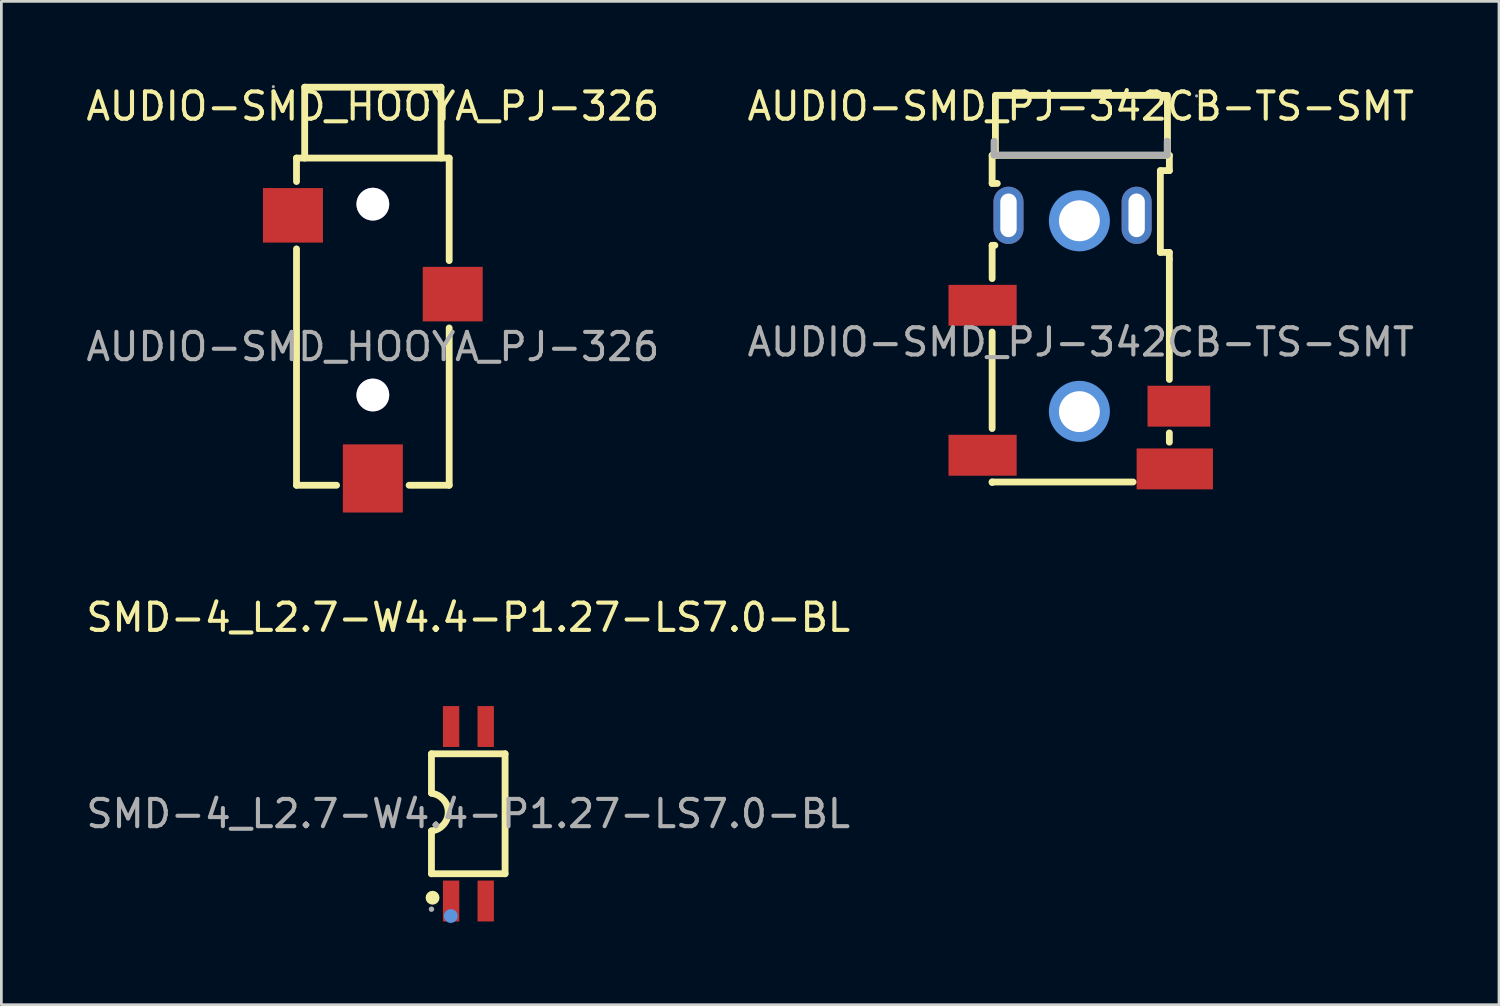
<source format=kicad_pcb>
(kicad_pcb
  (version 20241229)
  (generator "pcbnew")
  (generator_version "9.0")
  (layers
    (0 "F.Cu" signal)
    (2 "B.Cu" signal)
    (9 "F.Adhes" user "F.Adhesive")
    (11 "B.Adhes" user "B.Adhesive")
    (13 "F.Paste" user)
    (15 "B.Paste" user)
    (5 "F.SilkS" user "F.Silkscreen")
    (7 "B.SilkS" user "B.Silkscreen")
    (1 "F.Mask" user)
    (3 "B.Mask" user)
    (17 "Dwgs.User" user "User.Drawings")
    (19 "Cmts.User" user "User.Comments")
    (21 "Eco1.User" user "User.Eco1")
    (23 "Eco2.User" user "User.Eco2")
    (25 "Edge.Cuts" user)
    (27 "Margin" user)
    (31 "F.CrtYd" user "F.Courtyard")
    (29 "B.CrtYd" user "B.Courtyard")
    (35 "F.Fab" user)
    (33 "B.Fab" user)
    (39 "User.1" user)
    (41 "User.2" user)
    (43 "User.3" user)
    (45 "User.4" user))
  (footprint "AUDIO-SMD_PJ-342CB-TS-SMT"
    (layer "F.Cu")
    (at 36.589 9.498)
    (property "Reference" "AUDIO-SMD_PJ-342CB-TS-SMT" (at 0 -8.65 0) (layer "F.SilkS") (effects (font (size 1 1) (thickness 0.15))))
    (attr smd)
    (fp_line (start -3.25 -6.85) (end -3.25 -5.82) (stroke (width 0.25) (type solid)) (layer "F.SilkS"))
    (fp_line (start -3.25 -6.85) (end 3.25 -6.85) (stroke (width 0.25) (type solid)) (layer "F.SilkS"))
    (fp_line (start -3.25 -5.82) (end -3.06 -5.82) (stroke (width 0.25) (type solid)) (layer "F.SilkS"))
    (fp_line (start -3.25 -3.55) (end -3.25 -2.33) (stroke (width 0.25) (type solid)) (layer "F.SilkS"))
    (fp_line (start -3.25 -0.37) (end -3.25 3.17) (stroke (width 0.25) (type solid)) (layer "F.SilkS"))
    (fp_line (start -3.25 5.13) (end -3.25 5.15) (stroke (width 0.25) (type solid)) (layer "F.SilkS"))
    (fp_line (start -3.25 5.13) (end 1.92 5.13) (stroke (width 0.25) (type solid)) (layer "F.SilkS"))
    (fp_line (start -3.15 -3.55) (end -3.25 -3.55) (stroke (width 0.25) (type solid)) (layer "F.SilkS"))
    (fp_line (start -3.13 -6.85) (end -3.13 -9.05) (stroke (width 0.25) (type solid)) (layer "F.SilkS"))
    (fp_line (start -3.12 -9.05) (end 3.12 -9.05) (stroke (width 0.25) (type solid)) (layer "F.SilkS"))
    (fp_line (start 2.92 -6.29) (end 2.92 -3.29) (stroke (width 0.25) (type solid)) (layer "F.SilkS"))
    (fp_line (start 3.18 -6.85) (end 3.18 -9.05) (stroke (width 0.25) (type solid)) (layer "F.SilkS"))
    (fp_line (start 3.25 -6.85) (end 3.25 -6.29) (stroke (width 0.25) (type solid)) (layer "F.SilkS"))
    (fp_line (start 3.25 -6.29) (end 2.92 -6.29) (stroke (width 0.25) (type solid)) (layer "F.SilkS"))
    (fp_line (start 3.25 -3.29) (end 2.92 -3.29) (stroke (width 0.25) (type solid)) (layer "F.SilkS"))
    (fp_line (start 3.25 -3.04) (end 3.25 -3.29) (stroke (width 0.25) (type solid)) (layer "F.SilkS"))
    (fp_line (start 3.25 -3.04) (end 3.25 1.37) (stroke (width 0.25) (type solid)) (layer "F.SilkS"))
    (fp_line (start 3.25 3.33) (end 3.25 3.67) (stroke (width 0.25) (type solid)) (layer "F.SilkS"))
    (fp_circle (center -0.05 -4.45) (end 0.32 -4.45) (stroke (width 0.75) (type solid)) (fill no) (layer "Cmts.User"))
    (fp_circle (center -0.05 2.54) (end 0.32 2.54) (stroke (width 0.75) (type solid)) (fill no) (layer "Cmts.User"))
    (fp_line (start -3.18 -6.86) (end -3.18 -7.37) (stroke (width 0.25) (type solid)) (layer "F.Fab"))
    (fp_line (start -3.18 -6.86) (end 3.17 -6.86) (stroke (width 0.25) (type solid)) (layer "F.Fab"))
    (fp_line (start 3.17 -6.86) (end 3.17 -7.37) (stroke (width 0.25) (type solid)) (layer "F.Fab"))
    (fp_circle (center 4.25 -9.03) (end 4.28 -9.03) (stroke (width 0.06) (type solid)) (fill no) (layer "F.Fab"))
    (fp_text user "${REFERENCE}" (at 0 0 0) (layer "F.Fab") (effects (font (size 1 1) (thickness 0.15))))
    (pad "" thru_hole circle (at -0.05 -4.45) (size 1.5 1.5) (drill 1.5) (layers "*.Cu" "*.Mask"))
    (pad "" thru_hole circle (at -0.05 2.55) (size 1.5 1.5) (drill 1.5) (layers "*.Cu" "*.Mask"))
    (pad "2" thru_hole oval (at 2.05 -4.65 90) (size 2.1 1.1) (drill oval 1.6 0.6) (layers "*.Cu" "*.Paste" "*.Mask"))
    (pad "3" smd rect (at 3.6 2.35 90) (size 1.5 2.3) (layers "F.Cu" "F.Mask" "F.Paste"))
    (pad "4" smd rect (at 3.45 4.65 90) (size 1.5 2.8) (layers "F.Cu" "F.Mask" "F.Paste"))
    (pad "5" thru_hole oval (at -2.65 -4.65 90) (size 2.1 1.1) (drill oval 1.6 0.6) (layers "*.Cu" "*.Paste" "*.Mask"))
    (pad "6" smd rect (at -3.6 -1.35 90) (size 1.5 2.5) (layers "F.Cu" "F.Mask" "F.Paste"))
    (pad "7" smd rect (at -3.6 4.15 90) (size 1.5 2.5) (layers "F.Cu" "F.Mask" "F.Paste")))
  (footprint "SMD-4_L2.7-W4.4-P1.27-LS7.0-BL"
    (layer "F.Cu")
    (at 14.125 26.797)
    (property "Reference" "SMD-4_L2.7-W4.4-P1.27-LS7.0-BL" (at 0 -7.2 0) (layer "F.SilkS") (effects (font (size 1 1) (thickness 0.15))))
    (attr smd)
    (fp_line (start -1.35 -2.2) (end -1.35 -0.76) (stroke (width 0.25) (type solid)) (layer "F.SilkS"))
    (fp_line (start -1.35 -2.2) (end 1.35 -2.2) (stroke (width 0.25) (type solid)) (layer "F.SilkS"))
    (fp_line (start -1.35 2.2) (end -1.35 0.63) (stroke (width 0.25) (type solid)) (layer "F.SilkS"))
    (fp_line (start 1.35 -2.2) (end 1.35 2.2) (stroke (width 0.25) (type solid)) (layer "F.SilkS"))
    (fp_line (start 1.35 2.2) (end -1.35 2.2) (stroke (width 0.25) (type solid)) (layer "F.SilkS"))
    (fp_arc (start -1.344306 -0.749316) (mid -0.735384 -0.057133) (end -1.35 0.63) (stroke (width 0.25) (type solid)) (layer "F.SilkS"))
    (fp_circle (center -1.31 3.08) (end -1.18 3.08) (stroke (width 0.25) (type solid)) (fill no) (layer "F.SilkS"))
    (fp_circle (center -0.64 3.75) (end -0.51 3.75) (stroke (width 0.25) (type solid)) (fill no) (layer "Cmts.User"))
    (fp_circle (center -1.35 3.5) (end -1.3 3.5) (stroke (width 0.1) (type solid)) (fill no) (layer "F.Fab"))
    (fp_text user "${REFERENCE}" (at 0 0 0) (layer "F.Fab") (effects (font (size 1 1) (thickness 0.15))))
    (pad "1" smd rect (at -0.63 3.2 180) (size 0.6 1.5) (layers "F.Cu" "F.Mask" "F.Paste"))
    (pad "2" smd rect (at 0.64 3.2 180) (size 0.6 1.5) (layers "F.Cu" "F.Mask" "F.Paste"))
    (pad "3" smd rect (at 0.64 -3.2 180) (size 0.6 1.5) (layers "F.Cu" "F.Mask" "F.Paste"))
    (pad "4" smd rect (at -0.63 -3.2 180) (size 0.6 1.5) (layers "F.Cu" "F.Mask" "F.Paste")))
  (footprint "AUDIO-SMD_HOOYA_PJ-326"
    (layer "F.Cu")
    (at 10.625 9.668)
    (property "Reference" "AUDIO-SMD_HOOYA_PJ-326" (at 0 -8.82 0) (layer "F.SilkS") (effects (font (size 1 1) (thickness 0.15))))
    (attr smd)
    (fp_line (start -2.8 -6.92) (end -2.8 -6.06) (stroke (width 0.25) (type solid)) (layer "F.SilkS"))
    (fp_line (start -2.8 -6.92) (end 2.8 -6.92) (stroke (width 0.25) (type solid)) (layer "F.SilkS"))
    (fp_line (start -2.8 -3.59) (end -2.8 5.08) (stroke (width 0.25) (type solid)) (layer "F.SilkS"))
    (fp_line (start -2.8 5.08) (end -1.33 5.08) (stroke (width 0.25) (type solid)) (layer "F.SilkS"))
    (fp_line (start -2.5 -9.52) (end 2.5 -9.52) (stroke (width 0.25) (type solid)) (layer "F.SilkS"))
    (fp_line (start -2.5 -6.92) (end -2.5 -9.52) (stroke (width 0.25) (type solid)) (layer "F.SilkS"))
    (fp_line (start 1.33 5.08) (end 2.8 5.08) (stroke (width 0.25) (type solid)) (layer "F.SilkS"))
    (fp_line (start 2.5 -6.92) (end 2.5 -9.52) (stroke (width 0.25) (type solid)) (layer "F.SilkS"))
    (fp_line (start 2.8 -6.92) (end 2.8 -3.16) (stroke (width 0.25) (type solid)) (layer "F.SilkS"))
    (fp_line (start 2.8 -0.69) (end 2.8 5.08) (stroke (width 0.25) (type solid)) (layer "F.SilkS"))
    (fp_circle (center 0 -5.23) (end 0.21 -5.23) (stroke (width 0.42) (type solid)) (fill no) (layer "Cmts.User"))
    (fp_circle (center 0 1.77) (end 0.21 1.77) (stroke (width 0.42) (type solid)) (fill no) (layer "Cmts.User"))
    (fp_circle (center -3.65 -9.54) (end -3.62 -9.54) (stroke (width 0.06) (type solid)) (fill no) (layer "F.Fab"))
    (fp_text user "${REFERENCE}" (at 0 0 0) (layer "F.Fab") (effects (font (size 1 1) (thickness 0.15))))
    (pad "" thru_hole circle (at 0 -5.23) (size 1.2 1.2) (drill 1.2) (layers "*.Cu" "*.Mask"))
    (pad "" thru_hole circle (at 0 1.77) (size 1.2 1.2) (drill 1.2) (layers "*.Cu" "*.Mask"))
    (pad "2" smd rect (at -2.93 -4.82 90) (size 2 2.2) (layers "F.Cu" "F.Mask" "F.Paste"))
    (pad "3" smd rect (at 2.93 -1.93 90) (size 2 2.2) (layers "F.Cu" "F.Mask" "F.Paste"))
    (pad "4" smd rect (at 0 4.83 270) (size 2.5 2.2) (layers "F.Cu" "F.Mask" "F.Paste")))
  (gr_rect
    (start -3 -3)
    (end 51.929 33.801)
    (stroke (width 0.1) (type default))
    (fill no)
    (layer "Edge.Cuts")))
</source>
